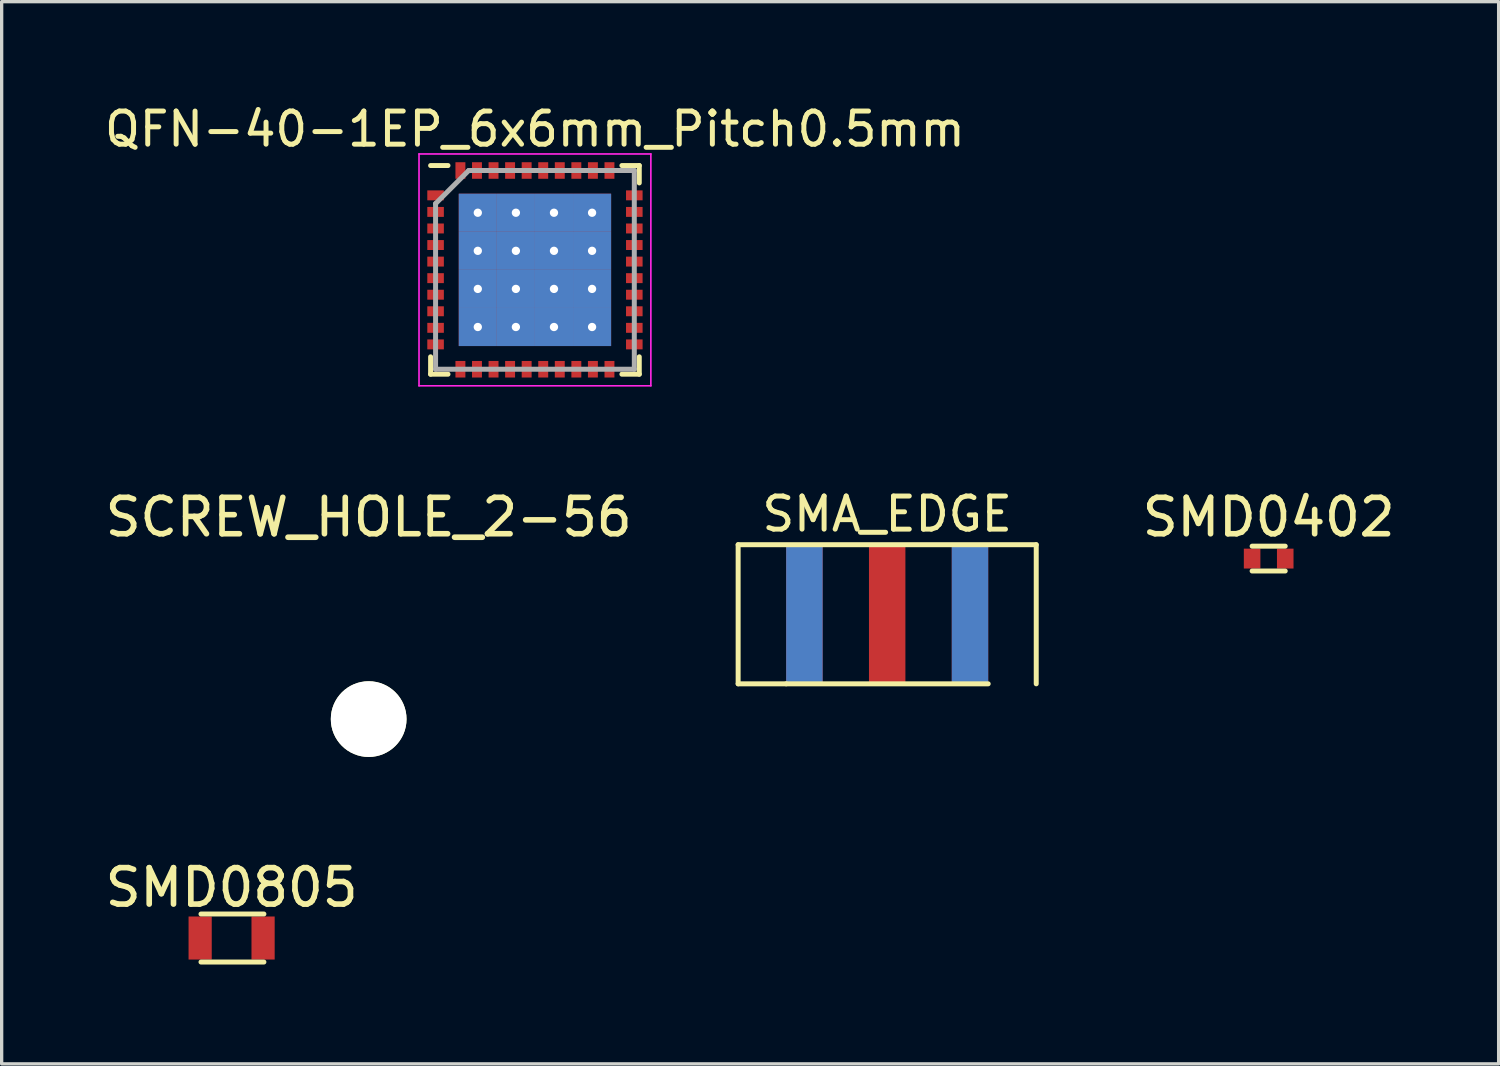
<source format=kicad_pcb>
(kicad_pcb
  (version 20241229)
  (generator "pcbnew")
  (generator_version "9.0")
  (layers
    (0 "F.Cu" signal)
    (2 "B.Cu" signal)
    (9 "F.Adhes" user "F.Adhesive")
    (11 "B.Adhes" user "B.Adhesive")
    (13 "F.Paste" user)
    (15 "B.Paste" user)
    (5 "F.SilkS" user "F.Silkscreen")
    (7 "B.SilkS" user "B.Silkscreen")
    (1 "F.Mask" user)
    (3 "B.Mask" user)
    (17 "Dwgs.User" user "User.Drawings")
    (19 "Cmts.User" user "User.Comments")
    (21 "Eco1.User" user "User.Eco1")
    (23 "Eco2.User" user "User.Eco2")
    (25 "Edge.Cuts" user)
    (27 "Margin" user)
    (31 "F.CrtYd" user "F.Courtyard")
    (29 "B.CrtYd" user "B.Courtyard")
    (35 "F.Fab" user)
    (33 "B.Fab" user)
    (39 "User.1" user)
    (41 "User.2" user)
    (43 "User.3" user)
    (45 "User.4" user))
  (footprint "SCREW_HOLE_2-56"
    (layer "F.Cu")
    (at 8.081 18.661)
    (property "Reference" "SCREW_HOLE_2-56" (at 0 -6.096 0) (layer "F.SilkS") (effects (font (size 1.1 1.1) (thickness 0.17))))
    (attr through_hole)
    (pad "" np_thru_hole circle (at 0 0) (size 2.286 2.286) (drill 2.286) (layers "*.Cu" "*.Mask" "F.SilkS")))
  (footprint "QFN-40-1EP_6x6mm_Pitch0.5mm"
    (layer "F.Cu")
    (at 13.101 5.098)
    (property "Reference" "QFN-40-1EP_6x6mm_Pitch0.5mm" (at 0 -4.25 0) (layer "F.SilkS") (effects (font (size 1 1) (thickness 0.15))))
    (attr smd)
    (fp_line (start -3.15 -3.15) (end -2.625 -3.15) (stroke (width 0.15) (type solid)) (layer "F.SilkS"))
    (fp_line (start -3.15 3.15) (end -3.15 2.625) (stroke (width 0.15) (type solid)) (layer "F.SilkS"))
    (fp_line (start -3.15 3.15) (end -2.625 3.15) (stroke (width 0.15) (type solid)) (layer "F.SilkS"))
    (fp_line (start 3.15 -3.15) (end 2.625 -3.15) (stroke (width 0.15) (type solid)) (layer "F.SilkS"))
    (fp_line (start 3.15 -3.15) (end 3.15 -2.625) (stroke (width 0.15) (type solid)) (layer "F.SilkS"))
    (fp_line (start 3.15 3.15) (end 2.625 3.15) (stroke (width 0.15) (type solid)) (layer "F.SilkS"))
    (fp_line (start 3.15 3.15) (end 3.15 2.625) (stroke (width 0.15) (type solid)) (layer "F.SilkS"))
    (fp_line (start -3.5 -3.5) (end -3.5 3.5) (stroke (width 0.05) (type solid)) (layer "F.CrtYd"))
    (fp_line (start -3.5 -3.5) (end 3.5 -3.5) (stroke (width 0.05) (type solid)) (layer "F.CrtYd"))
    (fp_line (start -3.5 3.5) (end 3.5 3.5) (stroke (width 0.05) (type solid)) (layer "F.CrtYd"))
    (fp_line (start 3.5 -3.5) (end 3.5 3.5) (stroke (width 0.05) (type solid)) (layer "F.CrtYd"))
    (fp_line (start -3 -2) (end -2 -3) (stroke (width 0.15) (type solid)) (layer "F.Fab"))
    (fp_line (start -3 3) (end -3 -2) (stroke (width 0.15) (type solid)) (layer "F.Fab"))
    (fp_line (start -2 -3) (end 3 -3) (stroke (width 0.15) (type solid)) (layer "F.Fab"))
    (fp_line (start 3 -3) (end 3 3) (stroke (width 0.15) (type solid)) (layer "F.Fab"))
    (fp_line (start 3 3) (end -3 3) (stroke (width 0.15) (type solid)) (layer "F.Fab"))
    (pad "1" smd rect (at -3 -2.25) (size 0.5 0.3) (layers "F.Cu" "F.Mask" "F.Paste"))
    (pad "2" smd rect (at -3 -1.75) (size 0.5 0.3) (layers "F.Cu" "F.Mask" "F.Paste"))
    (pad "3" smd rect (at -3 -1.25) (size 0.5 0.3) (layers "F.Cu" "F.Mask" "F.Paste"))
    (pad "4" smd rect (at -3 -0.75) (size 0.5 0.3) (layers "F.Cu" "F.Mask" "F.Paste"))
    (pad "5" smd rect (at -3 -0.25) (size 0.5 0.3) (layers "F.Cu" "F.Mask" "F.Paste"))
    (pad "6" smd rect (at -3 0.25) (size 0.5 0.3) (layers "F.Cu" "F.Mask" "F.Paste"))
    (pad "7" smd rect (at -3 0.75) (size 0.5 0.3) (layers "F.Cu" "F.Mask" "F.Paste"))
    (pad "8" smd rect (at -3 1.25) (size 0.5 0.3) (layers "F.Cu" "F.Mask" "F.Paste"))
    (pad "9" smd rect (at -3 1.75) (size 0.5 0.3) (layers "F.Cu" "F.Mask" "F.Paste"))
    (pad "10" smd rect (at -3 2.25) (size 0.5 0.3) (layers "F.Cu" "F.Mask" "F.Paste"))
    (pad "11" smd rect (at -2.25 3 90) (size 0.5 0.3) (layers "F.Cu" "F.Mask" "F.Paste"))
    (pad "12" smd rect (at -1.75 3 90) (size 0.5 0.3) (layers "F.Cu" "F.Mask" "F.Paste"))
    (pad "13" smd rect (at -1.25 3 90) (size 0.5 0.3) (layers "F.Cu" "F.Mask" "F.Paste"))
    (pad "14" smd rect (at -0.75 3 90) (size 0.5 0.3) (layers "F.Cu" "F.Mask" "F.Paste"))
    (pad "15" smd rect (at -0.25 3 90) (size 0.5 0.3) (layers "F.Cu" "F.Mask" "F.Paste"))
    (pad "16" smd rect (at 0.25 3 90) (size 0.5 0.3) (layers "F.Cu" "F.Mask" "F.Paste"))
    (pad "17" smd rect (at 0.75 3 90) (size 0.5 0.3) (layers "F.Cu" "F.Mask" "F.Paste"))
    (pad "18" smd rect (at 1.25 3 90) (size 0.5 0.3) (layers "F.Cu" "F.Mask" "F.Paste"))
    (pad "19" smd rect (at 1.75 3 90) (size 0.5 0.3) (layers "F.Cu" "F.Mask" "F.Paste"))
    (pad "20" smd rect (at 2.25 3 90) (size 0.5 0.3) (layers "F.Cu" "F.Mask" "F.Paste"))
    (pad "21" smd rect (at 3 2.25) (size 0.5 0.3) (layers "F.Cu" "F.Mask" "F.Paste"))
    (pad "22" smd rect (at 3 1.75) (size 0.5 0.3) (layers "F.Cu" "F.Mask" "F.Paste"))
    (pad "23" smd rect (at 3 1.25) (size 0.5 0.3) (layers "F.Cu" "F.Mask" "F.Paste"))
    (pad "24" smd rect (at 3 0.75) (size 0.5 0.3) (layers "F.Cu" "F.Mask" "F.Paste"))
    (pad "25" smd rect (at 3 0.25) (size 0.5 0.3) (layers "F.Cu" "F.Mask" "F.Paste"))
    (pad "26" smd rect (at 3 -0.25) (size 0.5 0.3) (layers "F.Cu" "F.Mask" "F.Paste"))
    (pad "27" smd rect (at 3 -0.75) (size 0.5 0.3) (layers "F.Cu" "F.Mask" "F.Paste"))
    (pad "28" smd rect (at 3 -1.25) (size 0.5 0.3) (layers "F.Cu" "F.Mask" "F.Paste"))
    (pad "29" smd rect (at 3 -1.75) (size 0.5 0.3) (layers "F.Cu" "F.Mask" "F.Paste"))
    (pad "30" smd rect (at 3 -2.25) (size 0.5 0.3) (layers "F.Cu" "F.Mask" "F.Paste"))
    (pad "31" smd rect (at 2.25 -3 90) (size 0.5 0.3) (layers "F.Cu" "F.Mask" "F.Paste"))
    (pad "32" smd rect (at 1.75 -3 90) (size 0.5 0.3) (layers "F.Cu" "F.Mask" "F.Paste"))
    (pad "33" smd rect (at 1.25 -3 90) (size 0.5 0.3) (layers "F.Cu" "F.Mask" "F.Paste"))
    (pad "34" smd rect (at 0.75 -3 90) (size 0.5 0.3) (layers "F.Cu" "F.Mask" "F.Paste"))
    (pad "35" smd rect (at 0.25 -3 90) (size 0.5 0.3) (layers "F.Cu" "F.Mask" "F.Paste"))
    (pad "36" smd rect (at -0.25 -3 90) (size 0.5 0.3) (layers "F.Cu" "F.Mask" "F.Paste"))
    (pad "37" smd rect (at -0.75 -3 90) (size 0.5 0.3) (layers "F.Cu" "F.Mask" "F.Paste"))
    (pad "38" smd rect (at -1.25 -3 90) (size 0.5 0.3) (layers "F.Cu" "F.Mask" "F.Paste"))
    (pad "39" smd rect (at -1.75 -3 90) (size 0.5 0.3) (layers "F.Cu" "F.Mask" "F.Paste"))
    (pad "40" smd rect (at -2.25 -3 90) (size 0.5 0.3) (layers "F.Cu" "F.Mask" "F.Paste"))
    (pad "41" thru_hole rect (at -1.725 -1.725) (size 1.15 1.15) (drill 0.25) (layers "*.Cu" "F.Mask" "F.Paste"))
    (pad "41" thru_hole rect (at -1.725 -0.575) (size 1.15 1.15) (drill 0.25) (layers "*.Cu" "F.Mask" "F.Paste"))
    (pad "41" thru_hole rect (at -1.725 0.575) (size 1.15 1.15) (drill 0.25) (layers "*.Cu" "F.Mask" "F.Paste"))
    (pad "41" thru_hole rect (at -1.725 1.725) (size 1.15 1.15) (drill 0.25) (layers "*.Cu" "F.Mask" "F.Paste"))
    (pad "41" thru_hole rect (at -0.575 -1.725) (size 1.15 1.15) (drill 0.25) (layers "*.Cu" "F.Mask" "F.Paste"))
    (pad "41" thru_hole rect (at -0.575 -0.575) (size 1.15 1.15) (drill 0.25) (layers "*.Cu" "F.Mask" "F.Paste"))
    (pad "41" thru_hole rect (at -0.575 0.575) (size 1.15 1.15) (drill 0.25) (layers "*.Cu" "F.Mask" "F.Paste"))
    (pad "41" thru_hole rect (at -0.575 1.725) (size 1.15 1.15) (drill 0.25) (layers "*.Cu" "F.Mask" "F.Paste"))
    (pad "41" thru_hole rect (at 0.575 -1.725) (size 1.15 1.15) (drill 0.25) (layers "*.Cu" "F.Mask" "F.Paste"))
    (pad "41" thru_hole rect (at 0.575 -0.575) (size 1.15 1.15) (drill 0.25) (layers "*.Cu" "F.Mask" "F.Paste"))
    (pad "41" thru_hole rect (at 0.575 0.575) (size 1.15 1.15) (drill 0.25) (layers "*.Cu" "F.Mask" "F.Paste"))
    (pad "41" thru_hole rect (at 0.575 1.725) (size 1.15 1.15) (drill 0.25) (layers "*.Cu" "F.Mask" "F.Paste"))
    (pad "41" thru_hole rect (at 1.725 -1.725) (size 1.15 1.15) (drill 0.25) (layers "*.Cu" "F.Mask" "F.Paste"))
    (pad "41" thru_hole rect (at 1.725 -0.575) (size 1.15 1.15) (drill 0.25) (layers "*.Cu" "F.Mask" "F.Paste"))
    (pad "41" thru_hole rect (at 1.725 0.575) (size 1.15 1.15) (drill 0.25) (layers "*.Cu" "F.Mask" "F.Paste"))
    (pad "41" thru_hole rect (at 1.725 1.725) (size 1.15 1.15) (drill 0.25) (layers "*.Cu" "F.Mask" "F.Paste")))
  (footprint "SMD0402"
    (layer "F.Cu")
    (at 35.254 13.815)
    (property "Reference" "SMD0402" (at 0 -1.25 0) (layer "F.SilkS") (effects (font (size 1.1 1.1) (thickness 0.17))))
    (attr through_hole)
    (fp_line (start -0.5 -0.375) (end 0.5 -0.375) (stroke (width 0.15) (type solid)) (layer "F.SilkS"))
    (fp_line (start -0.5 0.375) (end 0.5 0.375) (stroke (width 0.15) (type solid)) (layer "F.SilkS"))
    (pad "1" smd rect (at -0.5 0) (size 0.5 0.6) (layers "F.Cu" "F.Mask" "F.Paste"))
    (pad "2" smd rect (at 0.5 0) (size 0.5 0.6) (layers "F.Cu" "F.Mask" "F.Paste")))
  (footprint "SMA_EDGE"
    (layer "F.Cu")
    (at 23.736 17.596)
    (property "Reference" "SMA_EDGE" (at 0 -5.125 0) (layer "F.SilkS") (effects (font (size 1 1) (thickness 0.15))))
    (attr through_hole)
    (fp_line (start -4.5 -4.2) (end -4.5 0) (stroke (width 0.15) (type solid)) (layer "F.SilkS"))
    (fp_line (start -4.5 0) (end -3.05 0) (stroke (width 0.15) (type solid)) (layer "F.SilkS"))
    (fp_line (start -3.05 0) (end 3.05 0) (stroke (width 0.15) (type solid)) (layer "F.SilkS"))
    (fp_line (start 4.5 -4.2) (end -4.5 -4.2) (stroke (width 0.15) (type solid)) (layer "F.SilkS"))
    (fp_line (start 4.5 0) (end 4.5 -4.2) (stroke (width 0.15) (type solid)) (layer "F.SilkS"))
    (pad "1" smd rect (at 0 -2.1) (size 1.1 4.2) (layers "F.Cu" "F.Mask" "F.Paste"))
    (pad "2" smd rect (at -2.5 -2.1) (size 1.1 4.2) (layers "F.Cu" "F.Mask" "F.Paste"))
    (pad "2" smd rect (at -2.5 -2.1) (size 1.1 4.2) (layers "F.Mask" "B.Cu" "F.Paste"))
    (pad "2" smd rect (at 2.5 -2.1) (size 1.1 4.2) (layers "F.Cu" "F.Mask" "F.Paste"))
    (pad "2" smd rect (at 2.5 -2.1) (size 1.1 4.2) (layers "F.Mask" "B.Cu" "F.Paste")))
  (footprint "SMD0805"
    (layer "F.Cu")
    (at 3.943 25.271)
    (property "Reference" "SMD0805" (at 0 -1.525 0) (layer "F.SilkS") (effects (font (size 1.1 1.1) (thickness 0.17))))
    (attr through_hole)
    (fp_line (start -0.925 -0.725) (end 0.975 -0.725) (stroke (width 0.15) (type solid)) (layer "F.SilkS"))
    (fp_line (start -0.925 0.725) (end 0.975 0.725) (stroke (width 0.15) (type solid)) (layer "F.SilkS"))
    (pad "1" smd rect (at -0.95 0) (size 0.7 1.3) (layers "F.Cu" "F.Mask" "F.Paste"))
    (pad "2" smd rect (at 0.95 0) (size 0.7 1.3) (layers "F.Cu" "F.Mask" "F.Paste")))
  (gr_rect
    (start -3 -3)
    (end 42.197 29.071)
    (stroke (width 0.1) (type default))
    (fill no)
    (layer "Edge.Cuts")))
</source>
